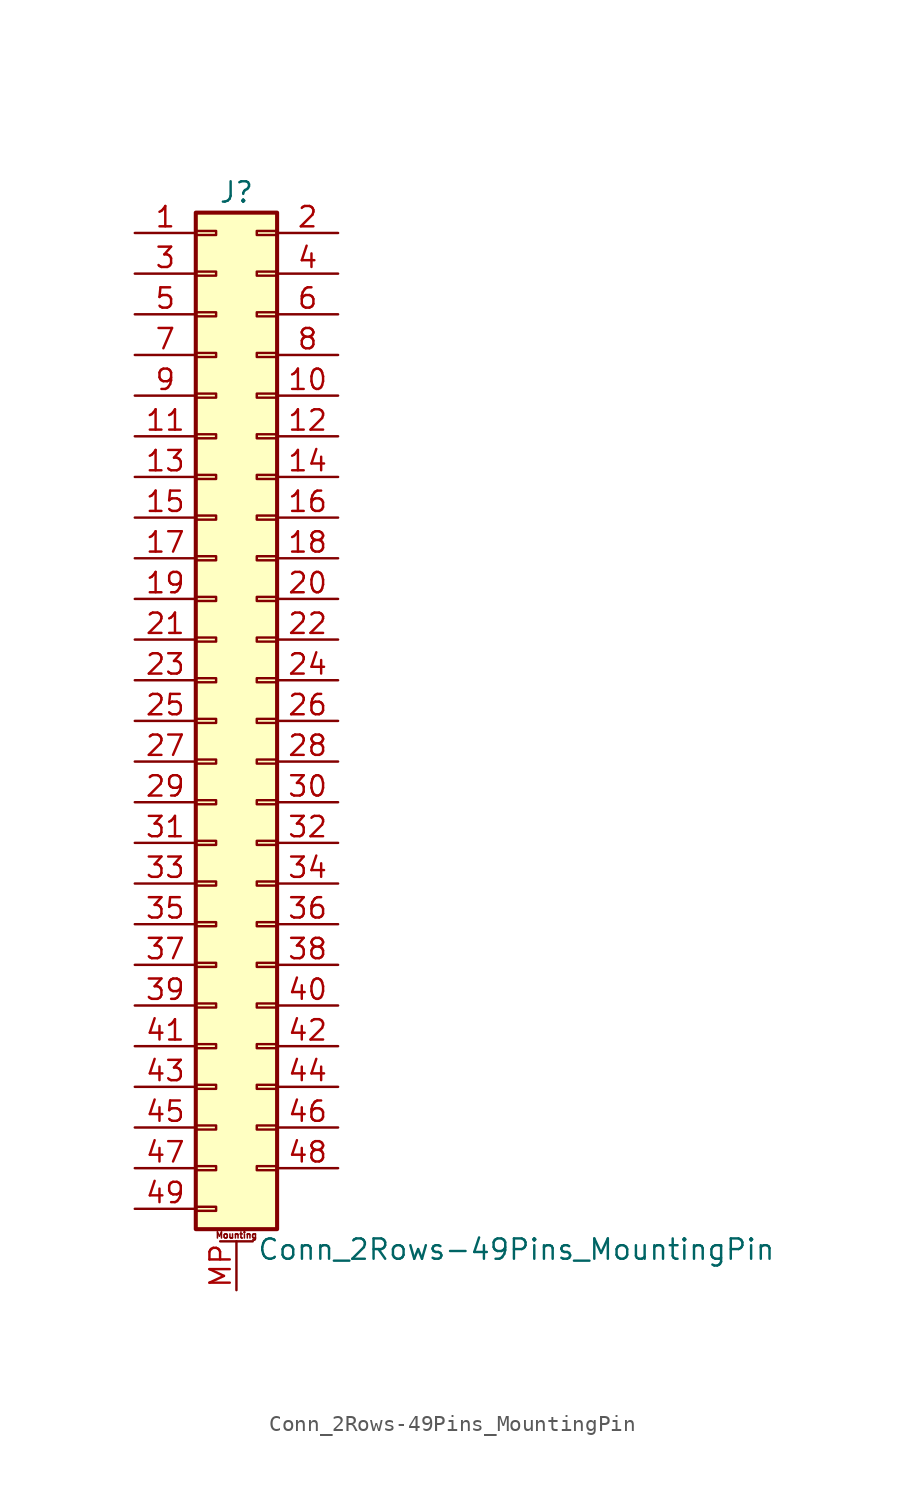
<source format=kicad_sym>
(kicad_symbol_lib
  (version 20201005)
  (generator kicad_symbol_editor)
  (symbol "Conn_2Rows-49Pins_MountingPin"
    (pin_names
      (offset 1.016) hide)
    (property "Reference" "J"
      (at 1.27 33.02 0)
      (effects (font (size 1.27 1.27))))
    (property "Value" "Conn_2Rows-49Pins_MountingPin"
      (at 2.54 -33.02 0)
      (effects (font (size 1.27 1.27)) (justify left)))
    (symbol "Conn_2Rows-49Pins_MountingPin_1_1"
      (text "Mounting" (at 1.27 -32.131 0) (effects (font (size 0.381 0.381))))
      (rectangle (start -1.27 -30.353) (end 0 -30.607) (stroke (width 0.152)) (fill (type none)))
      (rectangle (start -1.27 -27.813) (end 0 -28.067) (stroke (width 0.152)) (fill (type none)))
      (rectangle (start -1.27 -25.273) (end 0 -25.527) (stroke (width 0.152)) (fill (type none)))
      (rectangle (start -1.27 -22.733) (end 0 -22.987) (stroke (width 0.152)) (fill (type none)))
      (rectangle (start -1.27 -20.193) (end 0 -20.447) (stroke (width 0.152)) (fill (type none)))
      (rectangle (start -1.27 -17.653) (end 0 -17.907) (stroke (width 0.152)) (fill (type none)))
      (rectangle (start -1.27 -15.113) (end 0 -15.367) (stroke (width 0.152)) (fill (type none)))
      (rectangle (start -1.27 -12.573) (end 0 -12.827) (stroke (width 0.152)) (fill (type none)))
      (rectangle (start -1.27 -10.033) (end 0 -10.287) (stroke (width 0.152)) (fill (type none)))
      (rectangle (start -1.27 -7.493) (end 0 -7.747) (stroke (width 0.152)) (fill (type none)))
      (rectangle (start -1.27 -4.953) (end 0 -5.207) (stroke (width 0.152)) (fill (type none)))
      (rectangle (start -1.27 -2.413) (end 0 -2.667) (stroke (width 0.152)) (fill (type none)))
      (rectangle (start -1.27 0.127) (end 0 -0.127) (stroke (width 0.152)) (fill (type none)))
      (rectangle (start -1.27 2.667) (end 0 2.413) (stroke (width 0.152)) (fill (type none)))
      (rectangle (start -1.27 5.207) (end 0 4.953) (stroke (width 0.152)) (fill (type none)))
      (rectangle (start -1.27 7.747) (end 0 7.493) (stroke (width 0.152)) (fill (type none)))
      (rectangle (start -1.27 10.287) (end 0 10.033) (stroke (width 0.152)) (fill (type none)))
      (rectangle (start -1.27 12.827) (end 0 12.573) (stroke (width 0.152)) (fill (type none)))
      (rectangle (start -1.27 15.367) (end 0 15.113) (stroke (width 0.152)) (fill (type none)))
      (rectangle (start -1.27 17.907) (end 0 17.653) (stroke (width 0.152)) (fill (type none)))
      (rectangle (start -1.27 20.447) (end 0 20.193) (stroke (width 0.152)) (fill (type none)))
      (rectangle (start -1.27 22.987) (end 0 22.733) (stroke (width 0.152)) (fill (type none)))
      (rectangle (start -1.27 25.527) (end 0 25.273) (stroke (width 0.152)) (fill (type none)))
      (rectangle (start -1.27 28.067) (end 0 27.813) (stroke (width 0.152)) (fill (type none)))
      (rectangle (start -1.27 30.607) (end 0 30.353) (stroke (width 0.152)) (fill (type none)))
      (rectangle (start -1.27 31.75) (end 3.81 -31.75) (stroke (width 0.254)) (fill (type background)))
      (rectangle (start 3.81 -27.813) (end 2.54 -28.067) (stroke (width 0.152)) (fill (type none)))
      (rectangle (start 3.81 -25.273) (end 2.54 -25.527) (stroke (width 0.152)) (fill (type none)))
      (rectangle (start 3.81 -22.733) (end 2.54 -22.987) (stroke (width 0.152)) (fill (type none)))
      (rectangle (start 3.81 -20.193) (end 2.54 -20.447) (stroke (width 0.152)) (fill (type none)))
      (rectangle (start 3.81 -17.653) (end 2.54 -17.907) (stroke (width 0.152)) (fill (type none)))
      (rectangle (start 3.81 -15.113) (end 2.54 -15.367) (stroke (width 0.152)) (fill (type none)))
      (rectangle (start 3.81 -12.573) (end 2.54 -12.827) (stroke (width 0.152)) (fill (type none)))
      (rectangle (start 3.81 -10.033) (end 2.54 -10.287) (stroke (width 0.152)) (fill (type none)))
      (rectangle (start 3.81 -7.493) (end 2.54 -7.747) (stroke (width 0.152)) (fill (type none)))
      (rectangle (start 3.81 -4.953) (end 2.54 -5.207) (stroke (width 0.152)) (fill (type none)))
      (rectangle (start 3.81 -2.413) (end 2.54 -2.667) (stroke (width 0.152)) (fill (type none)))
      (rectangle (start 3.81 0.127) (end 2.54 -0.127) (stroke (width 0.152)) (fill (type none)))
      (rectangle (start 3.81 2.667) (end 2.54 2.413) (stroke (width 0.152)) (fill (type none)))
      (rectangle (start 3.81 5.207) (end 2.54 4.953) (stroke (width 0.152)) (fill (type none)))
      (rectangle (start 3.81 7.747) (end 2.54 7.493) (stroke (width 0.152)) (fill (type none)))
      (rectangle (start 3.81 10.287) (end 2.54 10.033) (stroke (width 0.152)) (fill (type none)))
      (rectangle (start 3.81 12.827) (end 2.54 12.573) (stroke (width 0.152)) (fill (type none)))
      (rectangle (start 3.81 15.367) (end 2.54 15.113) (stroke (width 0.152)) (fill (type none)))
      (rectangle (start 3.81 17.907) (end 2.54 17.653) (stroke (width 0.152)) (fill (type none)))
      (rectangle (start 3.81 20.447) (end 2.54 20.193) (stroke (width 0.152)) (fill (type none)))
      (rectangle (start 3.81 22.987) (end 2.54 22.733) (stroke (width 0.152)) (fill (type none)))
      (rectangle (start 3.81 25.527) (end 2.54 25.273) (stroke (width 0.152)) (fill (type none)))
      (rectangle (start 3.81 28.067) (end 2.54 27.813) (stroke (width 0.152)) (fill (type none)))
      (rectangle (start 3.81 30.607) (end 2.54 30.353) (stroke (width 0.152)) (fill (type none)))
      (polyline (pts (xy 0.254 -32.512) (xy 2.286 -32.512)) (stroke (width 0.152)) (fill (type none)))
      (pin passive line (at -5.08 30.48 0) (length 3.81) (name "Pin_1" (effects (font (size 1.27 1.27)))) (number "1" (effects (font (size 1.27 1.27)))))
      (pin passive line (at 7.62 20.32 180) (length 3.81) (name "Pin_10" (effects (font (size 1.27 1.27)))) (number "10" (effects (font (size 1.27 1.27)))))
      (pin passive line (at -5.08 17.78 0) (length 3.81) (name "Pin_11" (effects (font (size 1.27 1.27)))) (number "11" (effects (font (size 1.27 1.27)))))
      (pin passive line (at 7.62 17.78 180) (length 3.81) (name "Pin_12" (effects (font (size 1.27 1.27)))) (number "12" (effects (font (size 1.27 1.27)))))
      (pin passive line (at -5.08 15.24 0) (length 3.81) (name "Pin_13" (effects (font (size 1.27 1.27)))) (number "13" (effects (font (size 1.27 1.27)))))
      (pin passive line (at 7.62 15.24 180) (length 3.81) (name "Pin_14" (effects (font (size 1.27 1.27)))) (number "14" (effects (font (size 1.27 1.27)))))
      (pin passive line (at -5.08 12.7 0) (length 3.81) (name "Pin_15" (effects (font (size 1.27 1.27)))) (number "15" (effects (font (size 1.27 1.27)))))
      (pin passive line (at 7.62 12.7 180) (length 3.81) (name "Pin_16" (effects (font (size 1.27 1.27)))) (number "16" (effects (font (size 1.27 1.27)))))
      (pin passive line (at -5.08 10.16 0) (length 3.81) (name "Pin_17" (effects (font (size 1.27 1.27)))) (number "17" (effects (font (size 1.27 1.27)))))
      (pin passive line (at 7.62 10.16 180) (length 3.81) (name "Pin_18" (effects (font (size 1.27 1.27)))) (number "18" (effects (font (size 1.27 1.27)))))
      (pin passive line (at -5.08 7.62 0) (length 3.81) (name "Pin_19" (effects (font (size 1.27 1.27)))) (number "19" (effects (font (size 1.27 1.27)))))
      (pin passive line (at 7.62 30.48 180) (length 3.81) (name "Pin_2" (effects (font (size 1.27 1.27)))) (number "2" (effects (font (size 1.27 1.27)))))
      (pin passive line (at 7.62 7.62 180) (length 3.81) (name "Pin_20" (effects (font (size 1.27 1.27)))) (number "20" (effects (font (size 1.27 1.27)))))
      (pin passive line (at -5.08 5.08 0) (length 3.81) (name "Pin_21" (effects (font (size 1.27 1.27)))) (number "21" (effects (font (size 1.27 1.27)))))
      (pin passive line (at 7.62 5.08 180) (length 3.81) (name "Pin_22" (effects (font (size 1.27 1.27)))) (number "22" (effects (font (size 1.27 1.27)))))
      (pin passive line (at -5.08 2.54 0) (length 3.81) (name "Pin_23" (effects (font (size 1.27 1.27)))) (number "23" (effects (font (size 1.27 1.27)))))
      (pin passive line (at 7.62 2.54 180) (length 3.81) (name "Pin_24" (effects (font (size 1.27 1.27)))) (number "24" (effects (font (size 1.27 1.27)))))
      (pin passive line (at -5.08 0 0) (length 3.81) (name "Pin_25" (effects (font (size 1.27 1.27)))) (number "25" (effects (font (size 1.27 1.27)))))
      (pin passive line (at 7.62 0 180) (length 3.81) (name "Pin_26" (effects (font (size 1.27 1.27)))) (number "26" (effects (font (size 1.27 1.27)))))
      (pin passive line (at -5.08 -2.54 0) (length 3.81) (name "Pin_27" (effects (font (size 1.27 1.27)))) (number "27" (effects (font (size 1.27 1.27)))))
      (pin passive line (at 7.62 -2.54 180) (length 3.81) (name "Pin_28" (effects (font (size 1.27 1.27)))) (number "28" (effects (font (size 1.27 1.27)))))
      (pin passive line (at -5.08 -5.08 0) (length 3.81) (name "Pin_29" (effects (font (size 1.27 1.27)))) (number "29" (effects (font (size 1.27 1.27)))))
      (pin passive line (at -5.08 27.94 0) (length 3.81) (name "Pin_3" (effects (font (size 1.27 1.27)))) (number "3" (effects (font (size 1.27 1.27)))))
      (pin passive line (at 7.62 -5.08 180) (length 3.81) (name "Pin_30" (effects (font (size 1.27 1.27)))) (number "30" (effects (font (size 1.27 1.27)))))
      (pin passive line (at -5.08 -7.62 0) (length 3.81) (name "Pin_31" (effects (font (size 1.27 1.27)))) (number "31" (effects (font (size 1.27 1.27)))))
      (pin passive line (at 7.62 -7.62 180) (length 3.81) (name "Pin_32" (effects (font (size 1.27 1.27)))) (number "32" (effects (font (size 1.27 1.27)))))
      (pin passive line (at -5.08 -10.16 0) (length 3.81) (name "Pin_33" (effects (font (size 1.27 1.27)))) (number "33" (effects (font (size 1.27 1.27)))))
      (pin passive line (at 7.62 -10.16 180) (length 3.81) (name "Pin_34" (effects (font (size 1.27 1.27)))) (number "34" (effects (font (size 1.27 1.27)))))
      (pin passive line (at -5.08 -12.7 0) (length 3.81) (name "Pin_35" (effects (font (size 1.27 1.27)))) (number "35" (effects (font (size 1.27 1.27)))))
      (pin passive line (at 7.62 -12.7 180) (length 3.81) (name "Pin_36" (effects (font (size 1.27 1.27)))) (number "36" (effects (font (size 1.27 1.27)))))
      (pin passive line (at -5.08 -15.24 0) (length 3.81) (name "Pin_37" (effects (font (size 1.27 1.27)))) (number "37" (effects (font (size 1.27 1.27)))))
      (pin passive line (at 7.62 -15.24 180) (length 3.81) (name "Pin_38" (effects (font (size 1.27 1.27)))) (number "38" (effects (font (size 1.27 1.27)))))
      (pin passive line (at -5.08 -17.78 0) (length 3.81) (name "Pin_39" (effects (font (size 1.27 1.27)))) (number "39" (effects (font (size 1.27 1.27)))))
      (pin passive line (at 7.62 27.94 180) (length 3.81) (name "Pin_4" (effects (font (size 1.27 1.27)))) (number "4" (effects (font (size 1.27 1.27)))))
      (pin passive line (at 7.62 -17.78 180) (length 3.81) (name "Pin_40" (effects (font (size 1.27 1.27)))) (number "40" (effects (font (size 1.27 1.27)))))
      (pin passive line (at -5.08 -20.32 0) (length 3.81) (name "Pin_41" (effects (font (size 1.27 1.27)))) (number "41" (effects (font (size 1.27 1.27)))))
      (pin passive line (at 7.62 -20.32 180) (length 3.81) (name "Pin_42" (effects (font (size 1.27 1.27)))) (number "42" (effects (font (size 1.27 1.27)))))
      (pin passive line (at -5.08 -22.86 0) (length 3.81) (name "Pin_43" (effects (font (size 1.27 1.27)))) (number "43" (effects (font (size 1.27 1.27)))))
      (pin passive line (at 7.62 -22.86 180) (length 3.81) (name "Pin_44" (effects (font (size 1.27 1.27)))) (number "44" (effects (font (size 1.27 1.27)))))
      (pin passive line (at -5.08 -25.4 0) (length 3.81) (name "Pin_45" (effects (font (size 1.27 1.27)))) (number "45" (effects (font (size 1.27 1.27)))))
      (pin passive line (at 7.62 -25.4 180) (length 3.81) (name "Pin_46" (effects (font (size 1.27 1.27)))) (number "46" (effects (font (size 1.27 1.27)))))
      (pin passive line (at -5.08 -27.94 0) (length 3.81) (name "Pin_47" (effects (font (size 1.27 1.27)))) (number "47" (effects (font (size 1.27 1.27)))))
      (pin passive line (at 7.62 -27.94 180) (length 3.81) (name "Pin_48" (effects (font (size 1.27 1.27)))) (number "48" (effects (font (size 1.27 1.27)))))
      (pin passive line (at -5.08 -30.48 0) (length 3.81) (name "Pin_49" (effects (font (size 1.27 1.27)))) (number "49" (effects (font (size 1.27 1.27)))))
      (pin passive line (at -5.08 25.4 0) (length 3.81) (name "Pin_5" (effects (font (size 1.27 1.27)))) (number "5" (effects (font (size 1.27 1.27)))))
      (pin passive line (at 7.62 25.4 180) (length 3.81) (name "Pin_6" (effects (font (size 1.27 1.27)))) (number "6" (effects (font (size 1.27 1.27)))))
      (pin passive line (at -5.08 22.86 0) (length 3.81) (name "Pin_7" (effects (font (size 1.27 1.27)))) (number "7" (effects (font (size 1.27 1.27)))))
      (pin passive line (at 7.62 22.86 180) (length 3.81) (name "Pin_8" (effects (font (size 1.27 1.27)))) (number "8" (effects (font (size 1.27 1.27)))))
      (pin passive line (at -5.08 20.32 0) (length 3.81) (name "Pin_9" (effects (font (size 1.27 1.27)))) (number "9" (effects (font (size 1.27 1.27)))))
      (pin passive line (at 1.27 -35.56 90) (length 3.048) (name "MountPin" (effects (font (size 1.27 1.27)))) (number "MP" (effects (font (size 1.27 1.27))))))))
</source>
